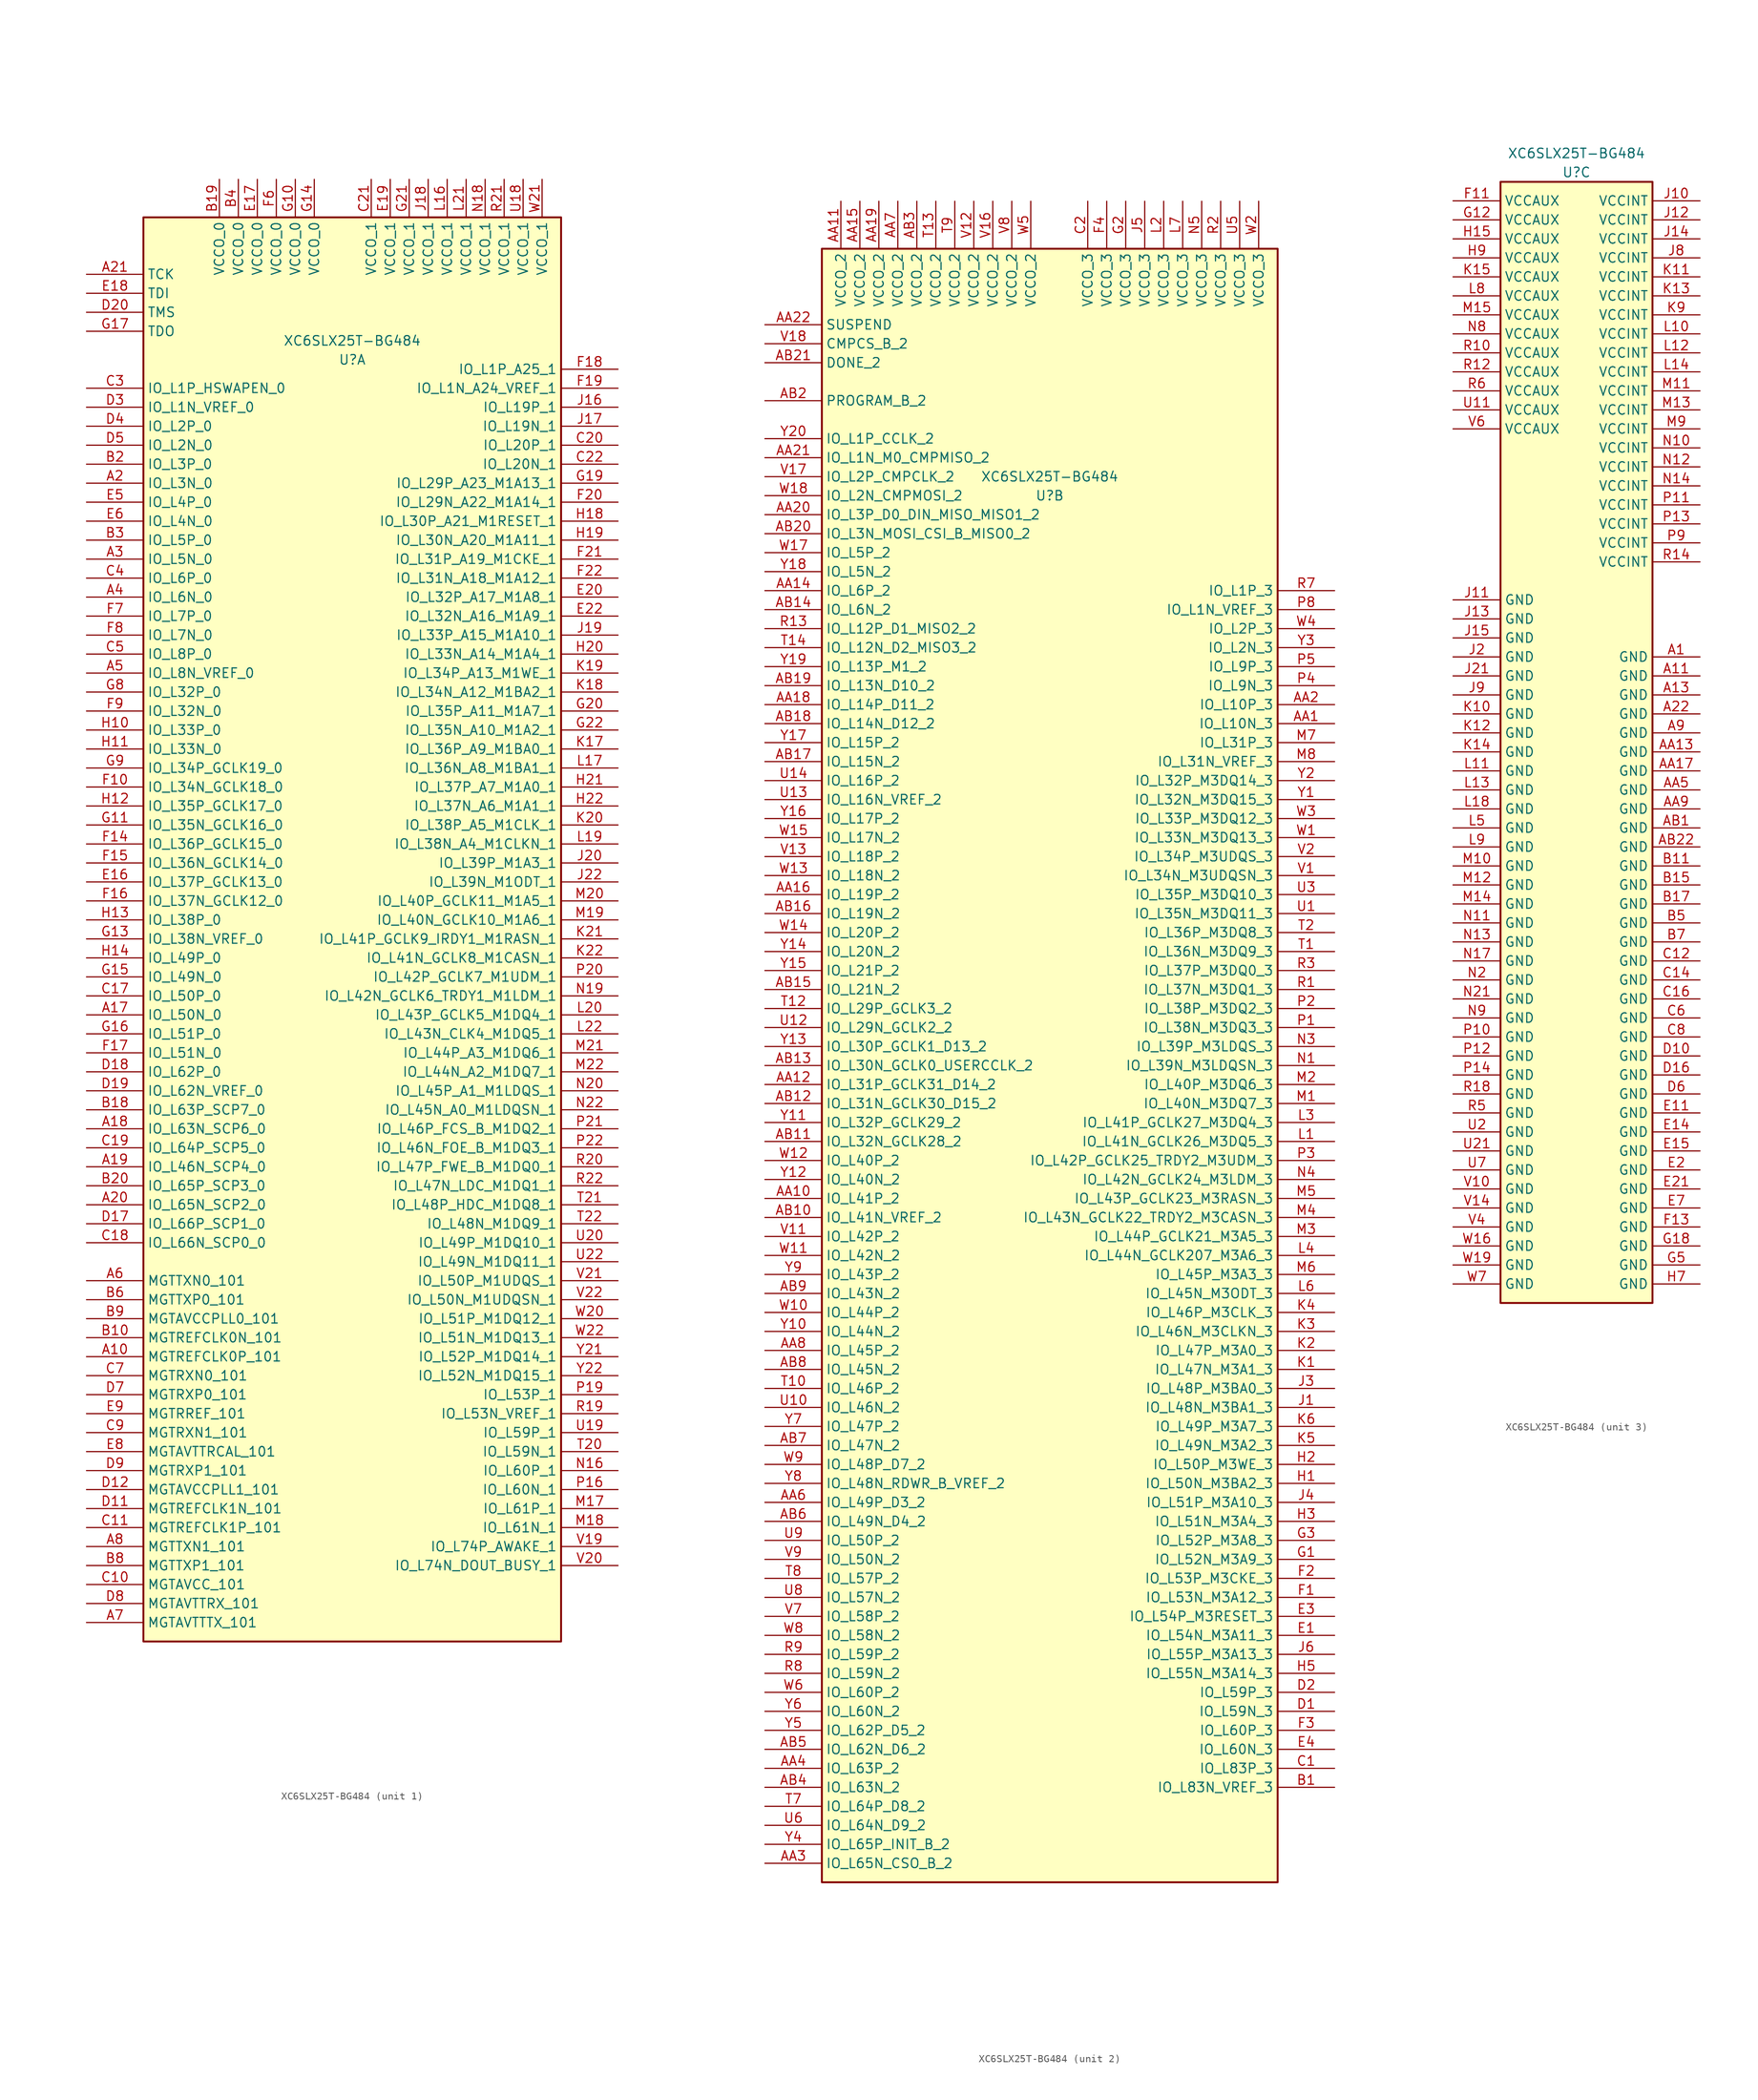
<source format=kicad_sym>
(kicad_symbol_lib
  (version 20231120)
  (generator "kicad_symbol_editor")
  (generator_version "8.0")
  (symbol "XC6SLX25T-BG484"
    (property "Reference" "U"
      (at 0 76.2 0)
      (effects (font (size 1.27 1.27))))
    (property "Value" "XC6SLX25T-BG484"
      (at 0 78.74 0)
      (effects (font (size 1.27 1.27))))
    (property "ki_locked" ""
      (at 0 0 0)
      (effects (font (size 1.27 1.27))))
    (symbol "XC6SLX25T-BG484_1_1"
      (rectangle (start -27.94 95.25) (end 27.94 -95.25) (stroke (width 0.254) (type default)) (fill (type background)))
      (pin input line (at -35.56 -57.15 0) (length 7.62) (name "MGTREFCLK0P_101" (effects (font (size 1.27 1.27)))) (number "A10" (effects (font (size 1.27 1.27)))))
      (pin bidirectional line (at -35.56 -11.43 0) (length 7.62) (name "IO_L50N_0" (effects (font (size 1.27 1.27)))) (number "A17" (effects (font (size 1.27 1.27)))))
      (pin bidirectional line (at -35.56 -26.67 0) (length 7.62) (name "IO_L63N_SCP6_0" (effects (font (size 1.27 1.27)))) (number "A18" (effects (font (size 1.27 1.27)))))
      (pin bidirectional line (at -35.56 -31.75 0) (length 7.62) (name "IO_L46N_SCP4_0" (effects (font (size 1.27 1.27)))) (number "A19" (effects (font (size 1.27 1.27)))))
      (pin bidirectional line (at -35.56 59.69 0) (length 7.62) (name "IO_L3N_0" (effects (font (size 1.27 1.27)))) (number "A2" (effects (font (size 1.27 1.27)))))
      (pin bidirectional line (at -35.56 -36.83 0) (length 7.62) (name "IO_L65N_SCP2_0" (effects (font (size 1.27 1.27)))) (number "A20" (effects (font (size 1.27 1.27)))))
      (pin input line (at -35.56 87.63 0) (length 7.62) (name "TCK" (effects (font (size 1.27 1.27)))) (number "A21" (effects (font (size 1.27 1.27)))))
      (pin bidirectional line (at -35.56 49.53 0) (length 7.62) (name "IO_L5N_0" (effects (font (size 1.27 1.27)))) (number "A3" (effects (font (size 1.27 1.27)))))
      (pin bidirectional line (at -35.56 44.45 0) (length 7.62) (name "IO_L6N_0" (effects (font (size 1.27 1.27)))) (number "A4" (effects (font (size 1.27 1.27)))))
      (pin bidirectional line (at -35.56 34.29 0) (length 7.62) (name "IO_L8N_VREF_0" (effects (font (size 1.27 1.27)))) (number "A5" (effects (font (size 1.27 1.27)))))
      (pin output line (at -35.56 -46.99 0) (length 7.62) (name "MGTTXN0_101" (effects (font (size 1.27 1.27)))) (number "A6" (effects (font (size 1.27 1.27)))))
      (pin passive line (at -35.56 -92.71 0) (length 7.62) (name "MGTAVTTTX_101" (effects (font (size 1.27 1.27)))) (number "A7" (effects (font (size 1.27 1.27)))))
      (pin output line (at -35.56 -82.55 0) (length 7.62) (name "MGTTXN1_101" (effects (font (size 1.27 1.27)))) (number "A8" (effects (font (size 1.27 1.27)))))
      (pin input line (at -35.56 -54.61 0) (length 7.62) (name "MGTREFCLK0N_101" (effects (font (size 1.27 1.27)))) (number "B10" (effects (font (size 1.27 1.27)))))
      (pin bidirectional line (at -35.56 -24.13 0) (length 7.62) (name "IO_L63P_SCP7_0" (effects (font (size 1.27 1.27)))) (number "B18" (effects (font (size 1.27 1.27)))))
      (pin power_in line (at -17.78 100.33 270) (length 5.08) (name "VCCO_0" (effects (font (size 1.27 1.27)))) (number "B19" (effects (font (size 1.27 1.27)))))
      (pin bidirectional line (at -35.56 62.23 0) (length 7.62) (name "IO_L3P_0" (effects (font (size 1.27 1.27)))) (number "B2" (effects (font (size 1.27 1.27)))))
      (pin bidirectional line (at -35.56 -34.29 0) (length 7.62) (name "IO_L65P_SCP3_0" (effects (font (size 1.27 1.27)))) (number "B20" (effects (font (size 1.27 1.27)))))
      (pin bidirectional line (at -35.56 52.07 0) (length 7.62) (name "IO_L5P_0" (effects (font (size 1.27 1.27)))) (number "B3" (effects (font (size 1.27 1.27)))))
      (pin power_in line (at -15.24 100.33 270) (length 5.08) (name "VCCO_0" (effects (font (size 1.27 1.27)))) (number "B4" (effects (font (size 1.27 1.27)))))
      (pin output line (at -35.56 -49.53 0) (length 7.62) (name "MGTTXP0_101" (effects (font (size 1.27 1.27)))) (number "B6" (effects (font (size 1.27 1.27)))))
      (pin output line (at -35.56 -85.09 0) (length 7.62) (name "MGTTXP1_101" (effects (font (size 1.27 1.27)))) (number "B8" (effects (font (size 1.27 1.27)))))
      (pin passive line (at -35.56 -52.07 0) (length 7.62) (name "MGTAVCCPLL0_101" (effects (font (size 1.27 1.27)))) (number "B9" (effects (font (size 1.27 1.27)))))
      (pin passive line (at -35.56 -87.63 0) (length 7.62) (name "MGTAVCC_101" (effects (font (size 1.27 1.27)))) (number "C10" (effects (font (size 1.27 1.27)))))
      (pin input line (at -35.56 -80.01 0) (length 7.62) (name "MGTREFCLK1P_101" (effects (font (size 1.27 1.27)))) (number "C11" (effects (font (size 1.27 1.27)))))
      (pin bidirectional line (at -35.56 -8.89 0) (length 7.62) (name "IO_L50P_0" (effects (font (size 1.27 1.27)))) (number "C17" (effects (font (size 1.27 1.27)))))
      (pin bidirectional line (at -35.56 -41.91 0) (length 7.62) (name "IO_L66N_SCP0_0" (effects (font (size 1.27 1.27)))) (number "C18" (effects (font (size 1.27 1.27)))))
      (pin bidirectional line (at -35.56 -29.21 0) (length 7.62) (name "IO_L64P_SCP5_0" (effects (font (size 1.27 1.27)))) (number "C19" (effects (font (size 1.27 1.27)))))
      (pin bidirectional line (at 35.56 64.77 180) (length 7.62) (name "IO_L20P_1" (effects (font (size 1.27 1.27)))) (number "C20" (effects (font (size 1.27 1.27)))))
      (pin power_in line (at 2.54 100.33 270) (length 5.08) (name "VCCO_1" (effects (font (size 1.27 1.27)))) (number "C21" (effects (font (size 1.27 1.27)))))
      (pin bidirectional line (at 35.56 62.23 180) (length 7.62) (name "IO_L20N_1" (effects (font (size 1.27 1.27)))) (number "C22" (effects (font (size 1.27 1.27)))))
      (pin bidirectional line (at -35.56 72.39 0) (length 7.62) (name "IO_L1P_HSWAPEN_0" (effects (font (size 1.27 1.27)))) (number "C3" (effects (font (size 1.27 1.27)))))
      (pin bidirectional line (at -35.56 46.99 0) (length 7.62) (name "IO_L6P_0" (effects (font (size 1.27 1.27)))) (number "C4" (effects (font (size 1.27 1.27)))))
      (pin bidirectional line (at -35.56 36.83 0) (length 7.62) (name "IO_L8P_0" (effects (font (size 1.27 1.27)))) (number "C5" (effects (font (size 1.27 1.27)))))
      (pin input line (at -35.56 -59.69 0) (length 7.62) (name "MGTRXN0_101" (effects (font (size 1.27 1.27)))) (number "C7" (effects (font (size 1.27 1.27)))))
      (pin input line (at -35.56 -67.31 0) (length 7.62) (name "MGTRXN1_101" (effects (font (size 1.27 1.27)))) (number "C9" (effects (font (size 1.27 1.27)))))
      (pin input line (at -35.56 -77.47 0) (length 7.62) (name "MGTREFCLK1N_101" (effects (font (size 1.27 1.27)))) (number "D11" (effects (font (size 1.27 1.27)))))
      (pin passive line (at -35.56 -74.93 0) (length 7.62) (name "MGTAVCCPLL1_101" (effects (font (size 1.27 1.27)))) (number "D12" (effects (font (size 1.27 1.27)))))
      (pin bidirectional line (at -35.56 -39.37 0) (length 7.62) (name "IO_L66P_SCP1_0" (effects (font (size 1.27 1.27)))) (number "D17" (effects (font (size 1.27 1.27)))))
      (pin bidirectional line (at -35.56 -19.05 0) (length 7.62) (name "IO_L62P_0" (effects (font (size 1.27 1.27)))) (number "D18" (effects (font (size 1.27 1.27)))))
      (pin bidirectional line (at -35.56 -21.59 0) (length 7.62) (name "IO_L62N_VREF_0" (effects (font (size 1.27 1.27)))) (number "D19" (effects (font (size 1.27 1.27)))))
      (pin input line (at -35.56 82.55 0) (length 7.62) (name "TMS" (effects (font (size 1.27 1.27)))) (number "D20" (effects (font (size 1.27 1.27)))))
      (pin bidirectional line (at -35.56 69.85 0) (length 7.62) (name "IO_L1N_VREF_0" (effects (font (size 1.27 1.27)))) (number "D3" (effects (font (size 1.27 1.27)))))
      (pin bidirectional line (at -35.56 67.31 0) (length 7.62) (name "IO_L2P_0" (effects (font (size 1.27 1.27)))) (number "D4" (effects (font (size 1.27 1.27)))))
      (pin bidirectional line (at -35.56 64.77 0) (length 7.62) (name "IO_L2N_0" (effects (font (size 1.27 1.27)))) (number "D5" (effects (font (size 1.27 1.27)))))
      (pin input line (at -35.56 -62.23 0) (length 7.62) (name "MGTRXP0_101" (effects (font (size 1.27 1.27)))) (number "D7" (effects (font (size 1.27 1.27)))))
      (pin passive line (at -35.56 -90.17 0) (length 7.62) (name "MGTAVTTRX_101" (effects (font (size 1.27 1.27)))) (number "D8" (effects (font (size 1.27 1.27)))))
      (pin input line (at -35.56 -72.39 0) (length 7.62) (name "MGTRXP1_101" (effects (font (size 1.27 1.27)))) (number "D9" (effects (font (size 1.27 1.27)))))
      (pin bidirectional line (at -35.56 6.35 0) (length 7.62) (name "IO_L37P_GCLK13_0" (effects (font (size 1.27 1.27)))) (number "E16" (effects (font (size 1.27 1.27)))))
      (pin power_in line (at -12.7 100.33 270) (length 5.08) (name "VCCO_0" (effects (font (size 1.27 1.27)))) (number "E17" (effects (font (size 1.27 1.27)))))
      (pin input line (at -35.56 85.09 0) (length 7.62) (name "TDI" (effects (font (size 1.27 1.27)))) (number "E18" (effects (font (size 1.27 1.27)))))
      (pin power_in line (at 5.08 100.33 270) (length 5.08) (name "VCCO_1" (effects (font (size 1.27 1.27)))) (number "E19" (effects (font (size 1.27 1.27)))))
      (pin bidirectional line (at 35.56 44.45 180) (length 7.62) (name "IO_L32P_A17_M1A8_1" (effects (font (size 1.27 1.27)))) (number "E20" (effects (font (size 1.27 1.27)))))
      (pin bidirectional line (at 35.56 41.91 180) (length 7.62) (name "IO_L32N_A16_M1A9_1" (effects (font (size 1.27 1.27)))) (number "E22" (effects (font (size 1.27 1.27)))))
      (pin bidirectional line (at -35.56 57.15 0) (length 7.62) (name "IO_L4P_0" (effects (font (size 1.27 1.27)))) (number "E5" (effects (font (size 1.27 1.27)))))
      (pin bidirectional line (at -35.56 54.61 0) (length 7.62) (name "IO_L4N_0" (effects (font (size 1.27 1.27)))) (number "E6" (effects (font (size 1.27 1.27)))))
      (pin passive line (at -35.56 -69.85 0) (length 7.62) (name "MGTAVTTRCAL_101" (effects (font (size 1.27 1.27)))) (number "E8" (effects (font (size 1.27 1.27)))))
      (pin input line (at -35.56 -64.77 0) (length 7.62) (name "MGTRREF_101" (effects (font (size 1.27 1.27)))) (number "E9" (effects (font (size 1.27 1.27)))))
      (pin bidirectional line (at -35.56 19.05 0) (length 7.62) (name "IO_L34N_GCLK18_0" (effects (font (size 1.27 1.27)))) (number "F10" (effects (font (size 1.27 1.27)))))
      (pin bidirectional line (at -35.56 11.43 0) (length 7.62) (name "IO_L36P_GCLK15_0" (effects (font (size 1.27 1.27)))) (number "F14" (effects (font (size 1.27 1.27)))))
      (pin bidirectional line (at -35.56 8.89 0) (length 7.62) (name "IO_L36N_GCLK14_0" (effects (font (size 1.27 1.27)))) (number "F15" (effects (font (size 1.27 1.27)))))
      (pin bidirectional line (at -35.56 3.81 0) (length 7.62) (name "IO_L37N_GCLK12_0" (effects (font (size 1.27 1.27)))) (number "F16" (effects (font (size 1.27 1.27)))))
      (pin bidirectional line (at -35.56 -16.51 0) (length 7.62) (name "IO_L51N_0" (effects (font (size 1.27 1.27)))) (number "F17" (effects (font (size 1.27 1.27)))))
      (pin bidirectional line (at 35.56 74.93 180) (length 7.62) (name "IO_L1P_A25_1" (effects (font (size 1.27 1.27)))) (number "F18" (effects (font (size 1.27 1.27)))))
      (pin bidirectional line (at 35.56 72.39 180) (length 7.62) (name "IO_L1N_A24_VREF_1" (effects (font (size 1.27 1.27)))) (number "F19" (effects (font (size 1.27 1.27)))))
      (pin bidirectional line (at 35.56 57.15 180) (length 7.62) (name "IO_L29N_A22_M1A14_1" (effects (font (size 1.27 1.27)))) (number "F20" (effects (font (size 1.27 1.27)))))
      (pin bidirectional line (at 35.56 49.53 180) (length 7.62) (name "IO_L31P_A19_M1CKE_1" (effects (font (size 1.27 1.27)))) (number "F21" (effects (font (size 1.27 1.27)))))
      (pin bidirectional line (at 35.56 46.99 180) (length 7.62) (name "IO_L31N_A18_M1A12_1" (effects (font (size 1.27 1.27)))) (number "F22" (effects (font (size 1.27 1.27)))))
      (pin power_in line (at -10.16 100.33 270) (length 5.08) (name "VCCO_0" (effects (font (size 1.27 1.27)))) (number "F6" (effects (font (size 1.27 1.27)))))
      (pin bidirectional line (at -35.56 41.91 0) (length 7.62) (name "IO_L7P_0" (effects (font (size 1.27 1.27)))) (number "F7" (effects (font (size 1.27 1.27)))))
      (pin bidirectional line (at -35.56 39.37 0) (length 7.62) (name "IO_L7N_0" (effects (font (size 1.27 1.27)))) (number "F8" (effects (font (size 1.27 1.27)))))
      (pin bidirectional line (at -35.56 29.21 0) (length 7.62) (name "IO_L32N_0" (effects (font (size 1.27 1.27)))) (number "F9" (effects (font (size 1.27 1.27)))))
      (pin power_in line (at -7.62 100.33 270) (length 5.08) (name "VCCO_0" (effects (font (size 1.27 1.27)))) (number "G10" (effects (font (size 1.27 1.27)))))
      (pin bidirectional line (at -35.56 13.97 0) (length 7.62) (name "IO_L35N_GCLK16_0" (effects (font (size 1.27 1.27)))) (number "G11" (effects (font (size 1.27 1.27)))))
      (pin bidirectional line (at -35.56 -1.27 0) (length 7.62) (name "IO_L38N_VREF_0" (effects (font (size 1.27 1.27)))) (number "G13" (effects (font (size 1.27 1.27)))))
      (pin power_in line (at -5.08 100.33 270) (length 5.08) (name "VCCO_0" (effects (font (size 1.27 1.27)))) (number "G14" (effects (font (size 1.27 1.27)))))
      (pin bidirectional line (at -35.56 -6.35 0) (length 7.62) (name "IO_L49N_0" (effects (font (size 1.27 1.27)))) (number "G15" (effects (font (size 1.27 1.27)))))
      (pin bidirectional line (at -35.56 -13.97 0) (length 7.62) (name "IO_L51P_0" (effects (font (size 1.27 1.27)))) (number "G16" (effects (font (size 1.27 1.27)))))
      (pin output line (at -35.56 80.01 0) (length 7.62) (name "TDO" (effects (font (size 1.27 1.27)))) (number "G17" (effects (font (size 1.27 1.27)))))
      (pin bidirectional line (at 35.56 59.69 180) (length 7.62) (name "IO_L29P_A23_M1A13_1" (effects (font (size 1.27 1.27)))) (number "G19" (effects (font (size 1.27 1.27)))))
      (pin bidirectional line (at 35.56 29.21 180) (length 7.62) (name "IO_L35P_A11_M1A7_1" (effects (font (size 1.27 1.27)))) (number "G20" (effects (font (size 1.27 1.27)))))
      (pin power_in line (at 7.62 100.33 270) (length 5.08) (name "VCCO_1" (effects (font (size 1.27 1.27)))) (number "G21" (effects (font (size 1.27 1.27)))))
      (pin bidirectional line (at 35.56 26.67 180) (length 7.62) (name "IO_L35N_A10_M1A2_1" (effects (font (size 1.27 1.27)))) (number "G22" (effects (font (size 1.27 1.27)))))
      (pin bidirectional line (at -35.56 31.75 0) (length 7.62) (name "IO_L32P_0" (effects (font (size 1.27 1.27)))) (number "G8" (effects (font (size 1.27 1.27)))))
      (pin bidirectional line (at -35.56 21.59 0) (length 7.62) (name "IO_L34P_GCLK19_0" (effects (font (size 1.27 1.27)))) (number "G9" (effects (font (size 1.27 1.27)))))
      (pin bidirectional line (at -35.56 26.67 0) (length 7.62) (name "IO_L33P_0" (effects (font (size 1.27 1.27)))) (number "H10" (effects (font (size 1.27 1.27)))))
      (pin bidirectional line (at -35.56 24.13 0) (length 7.62) (name "IO_L33N_0" (effects (font (size 1.27 1.27)))) (number "H11" (effects (font (size 1.27 1.27)))))
      (pin bidirectional line (at -35.56 16.51 0) (length 7.62) (name "IO_L35P_GCLK17_0" (effects (font (size 1.27 1.27)))) (number "H12" (effects (font (size 1.27 1.27)))))
      (pin bidirectional line (at -35.56 1.27 0) (length 7.62) (name "IO_L38P_0" (effects (font (size 1.27 1.27)))) (number "H13" (effects (font (size 1.27 1.27)))))
      (pin bidirectional line (at -35.56 -3.81 0) (length 7.62) (name "IO_L49P_0" (effects (font (size 1.27 1.27)))) (number "H14" (effects (font (size 1.27 1.27)))))
      (pin bidirectional line (at 35.56 54.61 180) (length 7.62) (name "IO_L30P_A21_M1RESET_1" (effects (font (size 1.27 1.27)))) (number "H18" (effects (font (size 1.27 1.27)))))
      (pin bidirectional line (at 35.56 52.07 180) (length 7.62) (name "IO_L30N_A20_M1A11_1" (effects (font (size 1.27 1.27)))) (number "H19" (effects (font (size 1.27 1.27)))))
      (pin bidirectional line (at 35.56 36.83 180) (length 7.62) (name "IO_L33N_A14_M1A4_1" (effects (font (size 1.27 1.27)))) (number "H20" (effects (font (size 1.27 1.27)))))
      (pin bidirectional line (at 35.56 19.05 180) (length 7.62) (name "IO_L37P_A7_M1A0_1" (effects (font (size 1.27 1.27)))) (number "H21" (effects (font (size 1.27 1.27)))))
      (pin bidirectional line (at 35.56 16.51 180) (length 7.62) (name "IO_L37N_A6_M1A1_1" (effects (font (size 1.27 1.27)))) (number "H22" (effects (font (size 1.27 1.27)))))
      (pin bidirectional line (at 35.56 69.85 180) (length 7.62) (name "IO_L19P_1" (effects (font (size 1.27 1.27)))) (number "J16" (effects (font (size 1.27 1.27)))))
      (pin bidirectional line (at 35.56 67.31 180) (length 7.62) (name "IO_L19N_1" (effects (font (size 1.27 1.27)))) (number "J17" (effects (font (size 1.27 1.27)))))
      (pin power_in line (at 10.16 100.33 270) (length 5.08) (name "VCCO_1" (effects (font (size 1.27 1.27)))) (number "J18" (effects (font (size 1.27 1.27)))))
      (pin bidirectional line (at 35.56 39.37 180) (length 7.62) (name "IO_L33P_A15_M1A10_1" (effects (font (size 1.27 1.27)))) (number "J19" (effects (font (size 1.27 1.27)))))
      (pin bidirectional line (at 35.56 8.89 180) (length 7.62) (name "IO_L39P_M1A3_1" (effects (font (size 1.27 1.27)))) (number "J20" (effects (font (size 1.27 1.27)))))
      (pin bidirectional line (at 35.56 6.35 180) (length 7.62) (name "IO_L39N_M1ODT_1" (effects (font (size 1.27 1.27)))) (number "J22" (effects (font (size 1.27 1.27)))))
      (pin input line (at 35.56 24.13 180) (length 7.62) (name "IO_L36P_A9_M1BA0_1" (effects (font (size 1.27 1.27)))) (number "K17" (effects (font (size 1.27 1.27)))))
      (pin bidirectional line (at 35.56 31.75 180) (length 7.62) (name "IO_L34N_A12_M1BA2_1" (effects (font (size 1.27 1.27)))) (number "K18" (effects (font (size 1.27 1.27)))))
      (pin bidirectional line (at 35.56 34.29 180) (length 7.62) (name "IO_L34P_A13_M1WE_1" (effects (font (size 1.27 1.27)))) (number "K19" (effects (font (size 1.27 1.27)))))
      (pin bidirectional line (at 35.56 13.97 180) (length 7.62) (name "IO_L38P_A5_M1CLK_1" (effects (font (size 1.27 1.27)))) (number "K20" (effects (font (size 1.27 1.27)))))
      (pin bidirectional line (at 35.56 -1.27 180) (length 7.62) (name "IO_L41P_GCLK9_IRDY1_M1RASN_1" (effects (font (size 1.27 1.27)))) (number "K21" (effects (font (size 1.27 1.27)))))
      (pin bidirectional line (at 35.56 -3.81 180) (length 7.62) (name "IO_L41N_GCLK8_M1CASN_1" (effects (font (size 1.27 1.27)))) (number "K22" (effects (font (size 1.27 1.27)))))
      (pin power_in line (at 12.7 100.33 270) (length 5.08) (name "VCCO_1" (effects (font (size 1.27 1.27)))) (number "L16" (effects (font (size 1.27 1.27)))))
      (pin bidirectional line (at 35.56 21.59 180) (length 7.62) (name "IO_L36N_A8_M1BA1_1" (effects (font (size 1.27 1.27)))) (number "L17" (effects (font (size 1.27 1.27)))))
      (pin bidirectional line (at 35.56 11.43 180) (length 7.62) (name "IO_L38N_A4_M1CLKN_1" (effects (font (size 1.27 1.27)))) (number "L19" (effects (font (size 1.27 1.27)))))
      (pin bidirectional line (at 35.56 -11.43 180) (length 7.62) (name "IO_L43P_GCLK5_M1DQ4_1" (effects (font (size 1.27 1.27)))) (number "L20" (effects (font (size 1.27 1.27)))))
      (pin power_in line (at 15.24 100.33 270) (length 5.08) (name "VCCO_1" (effects (font (size 1.27 1.27)))) (number "L21" (effects (font (size 1.27 1.27)))))
      (pin bidirectional line (at 35.56 -13.97 180) (length 7.62) (name "IO_L43N_CLK4_M1DQ5_1" (effects (font (size 1.27 1.27)))) (number "L22" (effects (font (size 1.27 1.27)))))
      (pin bidirectional line (at 35.56 -77.47 180) (length 7.62) (name "IO_L61P_1" (effects (font (size 1.27 1.27)))) (number "M17" (effects (font (size 1.27 1.27)))))
      (pin bidirectional line (at 35.56 -80.01 180) (length 7.62) (name "IO_L61N_1" (effects (font (size 1.27 1.27)))) (number "M18" (effects (font (size 1.27 1.27)))))
      (pin bidirectional line (at 35.56 1.27 180) (length 7.62) (name "IO_L40N_GCLK10_M1A6_1" (effects (font (size 1.27 1.27)))) (number "M19" (effects (font (size 1.27 1.27)))))
      (pin bidirectional line (at 35.56 3.81 180) (length 7.62) (name "IO_L40P_GCLK11_M1A5_1" (effects (font (size 1.27 1.27)))) (number "M20" (effects (font (size 1.27 1.27)))))
      (pin bidirectional line (at 35.56 -16.51 180) (length 7.62) (name "IO_L44P_A3_M1DQ6_1" (effects (font (size 1.27 1.27)))) (number "M21" (effects (font (size 1.27 1.27)))))
      (pin bidirectional line (at 35.56 -19.05 180) (length 7.62) (name "IO_L44N_A2_M1DQ7_1" (effects (font (size 1.27 1.27)))) (number "M22" (effects (font (size 1.27 1.27)))))
      (pin bidirectional line (at 35.56 -72.39 180) (length 7.62) (name "IO_L60P_1" (effects (font (size 1.27 1.27)))) (number "N16" (effects (font (size 1.27 1.27)))))
      (pin power_in line (at 17.78 100.33 270) (length 5.08) (name "VCCO_1" (effects (font (size 1.27 1.27)))) (number "N18" (effects (font (size 1.27 1.27)))))
      (pin bidirectional line (at 35.56 -8.89 180) (length 7.62) (name "IO_L42N_GCLK6_TRDY1_M1LDM_1" (effects (font (size 1.27 1.27)))) (number "N19" (effects (font (size 1.27 1.27)))))
      (pin bidirectional line (at 35.56 -21.59 180) (length 7.62) (name "IO_L45P_A1_M1LDQS_1" (effects (font (size 1.27 1.27)))) (number "N20" (effects (font (size 1.27 1.27)))))
      (pin bidirectional line (at 35.56 -24.13 180) (length 7.62) (name "IO_L45N_A0_M1LDQSN_1" (effects (font (size 1.27 1.27)))) (number "N22" (effects (font (size 1.27 1.27)))))
      (pin bidirectional line (at 35.56 -74.93 180) (length 7.62) (name "IO_L60N_1" (effects (font (size 1.27 1.27)))) (number "P16" (effects (font (size 1.27 1.27)))))
      (pin bidirectional line (at 35.56 -62.23 180) (length 7.62) (name "IO_L53P_1" (effects (font (size 1.27 1.27)))) (number "P19" (effects (font (size 1.27 1.27)))))
      (pin bidirectional line (at 35.56 -6.35 180) (length 7.62) (name "IO_L42P_GCLK7_M1UDM_1" (effects (font (size 1.27 1.27)))) (number "P20" (effects (font (size 1.27 1.27)))))
      (pin bidirectional line (at 35.56 -26.67 180) (length 7.62) (name "IO_L46P_FCS_B_M1DQ2_1" (effects (font (size 1.27 1.27)))) (number "P21" (effects (font (size 1.27 1.27)))))
      (pin bidirectional line (at 35.56 -29.21 180) (length 7.62) (name "IO_L46N_FOE_B_M1DQ3_1" (effects (font (size 1.27 1.27)))) (number "P22" (effects (font (size 1.27 1.27)))))
      (pin bidirectional line (at 35.56 -64.77 180) (length 7.62) (name "IO_L53N_VREF_1" (effects (font (size 1.27 1.27)))) (number "R19" (effects (font (size 1.27 1.27)))))
      (pin bidirectional line (at 35.56 -31.75 180) (length 7.62) (name "IO_L47P_FWE_B_M1DQ0_1" (effects (font (size 1.27 1.27)))) (number "R20" (effects (font (size 1.27 1.27)))))
      (pin power_in line (at 20.32 100.33 270) (length 5.08) (name "VCCO_1" (effects (font (size 1.27 1.27)))) (number "R21" (effects (font (size 1.27 1.27)))))
      (pin bidirectional line (at 35.56 -34.29 180) (length 7.62) (name "IO_L47N_LDC_M1DQ1_1" (effects (font (size 1.27 1.27)))) (number "R22" (effects (font (size 1.27 1.27)))))
      (pin bidirectional line (at 35.56 -69.85 180) (length 7.62) (name "IO_L59N_1" (effects (font (size 1.27 1.27)))) (number "T20" (effects (font (size 1.27 1.27)))))
      (pin bidirectional line (at 35.56 -36.83 180) (length 7.62) (name "IO_L48P_HDC_M1DQ8_1" (effects (font (size 1.27 1.27)))) (number "T21" (effects (font (size 1.27 1.27)))))
      (pin bidirectional line (at 35.56 -39.37 180) (length 7.62) (name "IO_L48N_M1DQ9_1" (effects (font (size 1.27 1.27)))) (number "T22" (effects (font (size 1.27 1.27)))))
      (pin power_in line (at 22.86 100.33 270) (length 5.08) (name "VCCO_1" (effects (font (size 1.27 1.27)))) (number "U18" (effects (font (size 1.27 1.27)))))
      (pin bidirectional line (at 35.56 -67.31 180) (length 7.62) (name "IO_L59P_1" (effects (font (size 1.27 1.27)))) (number "U19" (effects (font (size 1.27 1.27)))))
      (pin bidirectional line (at 35.56 -41.91 180) (length 7.62) (name "IO_L49P_M1DQ10_1" (effects (font (size 1.27 1.27)))) (number "U20" (effects (font (size 1.27 1.27)))))
      (pin bidirectional line (at 35.56 -44.45 180) (length 7.62) (name "IO_L49N_M1DQ11_1" (effects (font (size 1.27 1.27)))) (number "U22" (effects (font (size 1.27 1.27)))))
      (pin bidirectional line (at 35.56 -82.55 180) (length 7.62) (name "IO_L74P_AWAKE_1" (effects (font (size 1.27 1.27)))) (number "V19" (effects (font (size 1.27 1.27)))))
      (pin bidirectional line (at 35.56 -85.09 180) (length 7.62) (name "IO_L74N_DOUT_BUSY_1" (effects (font (size 1.27 1.27)))) (number "V20" (effects (font (size 1.27 1.27)))))
      (pin bidirectional line (at 35.56 -46.99 180) (length 7.62) (name "IO_L50P_M1UDQS_1" (effects (font (size 1.27 1.27)))) (number "V21" (effects (font (size 1.27 1.27)))))
      (pin bidirectional line (at 35.56 -49.53 180) (length 7.62) (name "IO_L50N_M1UDQSN_1" (effects (font (size 1.27 1.27)))) (number "V22" (effects (font (size 1.27 1.27)))))
      (pin bidirectional line (at 35.56 -52.07 180) (length 7.62) (name "IO_L51P_M1DQ12_1" (effects (font (size 1.27 1.27)))) (number "W20" (effects (font (size 1.27 1.27)))))
      (pin power_in line (at 25.4 100.33 270) (length 5.08) (name "VCCO_1" (effects (font (size 1.27 1.27)))) (number "W21" (effects (font (size 1.27 1.27)))))
      (pin bidirectional line (at 35.56 -54.61 180) (length 7.62) (name "IO_L51N_M1DQ13_1" (effects (font (size 1.27 1.27)))) (number "W22" (effects (font (size 1.27 1.27)))))
      (pin bidirectional line (at 35.56 -57.15 180) (length 7.62) (name "IO_L52P_M1DQ14_1" (effects (font (size 1.27 1.27)))) (number "Y21" (effects (font (size 1.27 1.27)))))
      (pin bidirectional line (at 35.56 -59.69 180) (length 7.62) (name "IO_L52N_M1DQ15_1" (effects (font (size 1.27 1.27)))) (number "Y22" (effects (font (size 1.27 1.27))))))
    (symbol "XC6SLX25T-BG484_2_1"
      (rectangle (start -30.48 109.22) (end 30.48 -109.22) (stroke (width 0.254) (type default)) (fill (type background)))
      (pin bidirectional line (at 38.1 45.72 180) (length 7.62) (name "IO_L10N_3" (effects (font (size 1.27 1.27)))) (number "AA1" (effects (font (size 1.27 1.27)))))
      (pin bidirectional line (at -38.1 -17.78 0) (length 7.62) (name "IO_L41P_2" (effects (font (size 1.27 1.27)))) (number "AA10" (effects (font (size 1.27 1.27)))))
      (pin power_in line (at -27.94 115.57 270) (length 6.35) (name "VCCO_2" (effects (font (size 1.27 1.27)))) (number "AA11" (effects (font (size 1.27 1.27)))))
      (pin bidirectional line (at -38.1 -2.54 0) (length 7.62) (name "IO_L31P_GCLK31_D14_2" (effects (font (size 1.27 1.27)))) (number "AA12" (effects (font (size 1.27 1.27)))))
      (pin bidirectional line (at -38.1 63.5 0) (length 7.62) (name "IO_L6P_2" (effects (font (size 1.27 1.27)))) (number "AA14" (effects (font (size 1.27 1.27)))))
      (pin power_in line (at -25.4 115.57 270) (length 6.35) (name "VCCO_2" (effects (font (size 1.27 1.27)))) (number "AA15" (effects (font (size 1.27 1.27)))))
      (pin bidirectional line (at -38.1 22.86 0) (length 7.62) (name "IO_L19P_2" (effects (font (size 1.27 1.27)))) (number "AA16" (effects (font (size 1.27 1.27)))))
      (pin bidirectional line (at -38.1 48.26 0) (length 7.62) (name "IO_L14P_D11_2" (effects (font (size 1.27 1.27)))) (number "AA18" (effects (font (size 1.27 1.27)))))
      (pin power_in line (at -22.86 115.57 270) (length 6.35) (name "VCCO_2" (effects (font (size 1.27 1.27)))) (number "AA19" (effects (font (size 1.27 1.27)))))
      (pin bidirectional line (at 38.1 48.26 180) (length 7.62) (name "IO_L10P_3" (effects (font (size 1.27 1.27)))) (number "AA2" (effects (font (size 1.27 1.27)))))
      (pin bidirectional line (at -38.1 73.66 0) (length 7.62) (name "IO_L3P_D0_DIN_MISO_MISO1_2" (effects (font (size 1.27 1.27)))) (number "AA20" (effects (font (size 1.27 1.27)))))
      (pin bidirectional line (at -38.1 81.28 0) (length 7.62) (name "IO_L1N_M0_CMPMISO_2" (effects (font (size 1.27 1.27)))) (number "AA21" (effects (font (size 1.27 1.27)))))
      (pin input line (at -38.1 99.06 0) (length 7.62) (name "SUSPEND" (effects (font (size 1.27 1.27)))) (number "AA22" (effects (font (size 1.27 1.27)))))
      (pin bidirectional line (at -38.1 -106.68 0) (length 7.62) (name "IO_L65N_CSO_B_2" (effects (font (size 1.27 1.27)))) (number "AA3" (effects (font (size 1.27 1.27)))))
      (pin bidirectional line (at -38.1 -93.98 0) (length 7.62) (name "IO_L63P_2" (effects (font (size 1.27 1.27)))) (number "AA4" (effects (font (size 1.27 1.27)))))
      (pin bidirectional line (at -38.1 -58.42 0) (length 7.62) (name "IO_L49P_D3_2" (effects (font (size 1.27 1.27)))) (number "AA6" (effects (font (size 1.27 1.27)))))
      (pin power_in line (at -20.32 115.57 270) (length 6.35) (name "VCCO_2" (effects (font (size 1.27 1.27)))) (number "AA7" (effects (font (size 1.27 1.27)))))
      (pin bidirectional line (at -38.1 -38.1 0) (length 7.62) (name "IO_L45P_2" (effects (font (size 1.27 1.27)))) (number "AA8" (effects (font (size 1.27 1.27)))))
      (pin bidirectional line (at -38.1 -20.32 0) (length 7.62) (name "IO_L41N_VREF_2" (effects (font (size 1.27 1.27)))) (number "AB10" (effects (font (size 1.27 1.27)))))
      (pin bidirectional line (at -38.1 -10.16 0) (length 7.62) (name "IO_L32N_GCLK28_2" (effects (font (size 1.27 1.27)))) (number "AB11" (effects (font (size 1.27 1.27)))))
      (pin bidirectional line (at -38.1 -5.08 0) (length 7.62) (name "IO_L31N_GCLK30_D15_2" (effects (font (size 1.27 1.27)))) (number "AB12" (effects (font (size 1.27 1.27)))))
      (pin bidirectional line (at -38.1 0 0) (length 7.62) (name "IO_L30N_GCLK0_USERCCLK_2" (effects (font (size 1.27 1.27)))) (number "AB13" (effects (font (size 1.27 1.27)))))
      (pin bidirectional line (at -38.1 60.96 0) (length 7.62) (name "IO_L6N_2" (effects (font (size 1.27 1.27)))) (number "AB14" (effects (font (size 1.27 1.27)))))
      (pin bidirectional line (at -38.1 10.16 0) (length 7.62) (name "IO_L21N_2" (effects (font (size 1.27 1.27)))) (number "AB15" (effects (font (size 1.27 1.27)))))
      (pin bidirectional line (at -38.1 20.32 0) (length 7.62) (name "IO_L19N_2" (effects (font (size 1.27 1.27)))) (number "AB16" (effects (font (size 1.27 1.27)))))
      (pin bidirectional line (at -38.1 40.64 0) (length 7.62) (name "IO_L15N_2" (effects (font (size 1.27 1.27)))) (number "AB17" (effects (font (size 1.27 1.27)))))
      (pin bidirectional line (at -38.1 45.72 0) (length 7.62) (name "IO_L14N_D12_2" (effects (font (size 1.27 1.27)))) (number "AB18" (effects (font (size 1.27 1.27)))))
      (pin bidirectional line (at -38.1 50.8 0) (length 7.62) (name "IO_L13N_D10_2" (effects (font (size 1.27 1.27)))) (number "AB19" (effects (font (size 1.27 1.27)))))
      (pin input line (at -38.1 88.9 0) (length 7.62) (name "PROGRAM_B_2" (effects (font (size 1.27 1.27)))) (number "AB2" (effects (font (size 1.27 1.27)))))
      (pin bidirectional line (at -38.1 71.12 0) (length 7.62) (name "IO_L3N_MOSI_CSI_B_MISO0_2" (effects (font (size 1.27 1.27)))) (number "AB20" (effects (font (size 1.27 1.27)))))
      (pin bidirectional line (at -38.1 93.98 0) (length 7.62) (name "DONE_2" (effects (font (size 1.27 1.27)))) (number "AB21" (effects (font (size 1.27 1.27)))))
      (pin power_in line (at -17.78 115.57 270) (length 6.35) (name "VCCO_2" (effects (font (size 1.27 1.27)))) (number "AB3" (effects (font (size 1.27 1.27)))))
      (pin bidirectional line (at -38.1 -96.52 0) (length 7.62) (name "IO_L63N_2" (effects (font (size 1.27 1.27)))) (number "AB4" (effects (font (size 1.27 1.27)))))
      (pin bidirectional line (at -38.1 -91.44 0) (length 7.62) (name "IO_L62N_D6_2" (effects (font (size 1.27 1.27)))) (number "AB5" (effects (font (size 1.27 1.27)))))
      (pin bidirectional line (at -38.1 -60.96 0) (length 7.62) (name "IO_L49N_D4_2" (effects (font (size 1.27 1.27)))) (number "AB6" (effects (font (size 1.27 1.27)))))
      (pin bidirectional line (at -38.1 -50.8 0) (length 7.62) (name "IO_L47N_2" (effects (font (size 1.27 1.27)))) (number "AB7" (effects (font (size 1.27 1.27)))))
      (pin bidirectional line (at -38.1 -40.64 0) (length 7.62) (name "IO_L45N_2" (effects (font (size 1.27 1.27)))) (number "AB8" (effects (font (size 1.27 1.27)))))
      (pin bidirectional line (at -38.1 -30.48 0) (length 7.62) (name "IO_L43N_2" (effects (font (size 1.27 1.27)))) (number "AB9" (effects (font (size 1.27 1.27)))))
      (pin bidirectional line (at 38.1 -96.52 180) (length 7.62) (name "IO_L83N_VREF_3" (effects (font (size 1.27 1.27)))) (number "B1" (effects (font (size 1.27 1.27)))))
      (pin bidirectional line (at 38.1 -93.98 180) (length 7.62) (name "IO_L83P_3" (effects (font (size 1.27 1.27)))) (number "C1" (effects (font (size 1.27 1.27)))))
      (pin power_in line (at 5.08 115.57 270) (length 6.35) (name "VCCO_3" (effects (font (size 1.27 1.27)))) (number "C2" (effects (font (size 1.27 1.27)))))
      (pin bidirectional line (at 38.1 -86.36 180) (length 7.62) (name "IO_L59N_3" (effects (font (size 1.27 1.27)))) (number "D1" (effects (font (size 1.27 1.27)))))
      (pin bidirectional line (at 38.1 -83.82 180) (length 7.62) (name "IO_L59P_3" (effects (font (size 1.27 1.27)))) (number "D2" (effects (font (size 1.27 1.27)))))
      (pin bidirectional line (at 38.1 -76.2 180) (length 7.62) (name "IO_L54N_M3A11_3" (effects (font (size 1.27 1.27)))) (number "E1" (effects (font (size 1.27 1.27)))))
      (pin bidirectional line (at 38.1 -73.66 180) (length 7.62) (name "IO_L54P_M3RESET_3" (effects (font (size 1.27 1.27)))) (number "E3" (effects (font (size 1.27 1.27)))))
      (pin bidirectional line (at 38.1 -91.44 180) (length 7.62) (name "IO_L60N_3" (effects (font (size 1.27 1.27)))) (number "E4" (effects (font (size 1.27 1.27)))))
      (pin bidirectional line (at 38.1 -71.12 180) (length 7.62) (name "IO_L53N_M3A12_3" (effects (font (size 1.27 1.27)))) (number "F1" (effects (font (size 1.27 1.27)))))
      (pin bidirectional line (at 38.1 -68.58 180) (length 7.62) (name "IO_L53P_M3CKE_3" (effects (font (size 1.27 1.27)))) (number "F2" (effects (font (size 1.27 1.27)))))
      (pin bidirectional line (at 38.1 -88.9 180) (length 7.62) (name "IO_L60P_3" (effects (font (size 1.27 1.27)))) (number "F3" (effects (font (size 1.27 1.27)))))
      (pin power_in line (at 7.62 115.57 270) (length 6.35) (name "VCCO_3" (effects (font (size 1.27 1.27)))) (number "F4" (effects (font (size 1.27 1.27)))))
      (pin bidirectional line (at 38.1 -66.04 180) (length 7.62) (name "IO_L52N_M3A9_3" (effects (font (size 1.27 1.27)))) (number "G1" (effects (font (size 1.27 1.27)))))
      (pin power_in line (at 10.16 115.57 270) (length 6.35) (name "VCCO_3" (effects (font (size 1.27 1.27)))) (number "G2" (effects (font (size 1.27 1.27)))))
      (pin bidirectional line (at 38.1 -63.5 180) (length 7.62) (name "IO_L52P_M3A8_3" (effects (font (size 1.27 1.27)))) (number "G3" (effects (font (size 1.27 1.27)))))
      (pin bidirectional line (at 38.1 -55.88 180) (length 7.62) (name "IO_L50N_M3BA2_3" (effects (font (size 1.27 1.27)))) (number "H1" (effects (font (size 1.27 1.27)))))
      (pin bidirectional line (at 38.1 -53.34 180) (length 7.62) (name "IO_L50P_M3WE_3" (effects (font (size 1.27 1.27)))) (number "H2" (effects (font (size 1.27 1.27)))))
      (pin bidirectional line (at 38.1 -60.96 180) (length 7.62) (name "IO_L51N_M3A4_3" (effects (font (size 1.27 1.27)))) (number "H3" (effects (font (size 1.27 1.27)))))
      (pin bidirectional line (at 38.1 -81.28 180) (length 7.62) (name "IO_L55N_M3A14_3" (effects (font (size 1.27 1.27)))) (number "H5" (effects (font (size 1.27 1.27)))))
      (pin bidirectional line (at 38.1 -45.72 180) (length 7.62) (name "IO_L48N_M3BA1_3" (effects (font (size 1.27 1.27)))) (number "J1" (effects (font (size 1.27 1.27)))))
      (pin bidirectional line (at 38.1 -43.18 180) (length 7.62) (name "IO_L48P_M3BA0_3" (effects (font (size 1.27 1.27)))) (number "J3" (effects (font (size 1.27 1.27)))))
      (pin bidirectional line (at 38.1 -58.42 180) (length 7.62) (name "IO_L51P_M3A10_3" (effects (font (size 1.27 1.27)))) (number "J4" (effects (font (size 1.27 1.27)))))
      (pin power_in line (at 12.7 115.57 270) (length 6.35) (name "VCCO_3" (effects (font (size 1.27 1.27)))) (number "J5" (effects (font (size 1.27 1.27)))))
      (pin bidirectional line (at 38.1 -78.74 180) (length 7.62) (name "IO_L55P_M3A13_3" (effects (font (size 1.27 1.27)))) (number "J6" (effects (font (size 1.27 1.27)))))
      (pin bidirectional line (at 38.1 -40.64 180) (length 7.62) (name "IO_L47N_M3A1_3" (effects (font (size 1.27 1.27)))) (number "K1" (effects (font (size 1.27 1.27)))))
      (pin bidirectional line (at 38.1 -38.1 180) (length 7.62) (name "IO_L47P_M3A0_3" (effects (font (size 1.27 1.27)))) (number "K2" (effects (font (size 1.27 1.27)))))
      (pin bidirectional line (at 38.1 -35.56 180) (length 7.62) (name "IO_L46N_M3CLKN_3" (effects (font (size 1.27 1.27)))) (number "K3" (effects (font (size 1.27 1.27)))))
      (pin bidirectional line (at 38.1 -33.02 180) (length 7.62) (name "IO_L46P_M3CLK_3" (effects (font (size 1.27 1.27)))) (number "K4" (effects (font (size 1.27 1.27)))))
      (pin bidirectional line (at 38.1 -50.8 180) (length 7.62) (name "IO_L49N_M3A2_3" (effects (font (size 1.27 1.27)))) (number "K5" (effects (font (size 1.27 1.27)))))
      (pin bidirectional line (at 38.1 -48.26 180) (length 7.62) (name "IO_L49P_M3A7_3" (effects (font (size 1.27 1.27)))) (number "K6" (effects (font (size 1.27 1.27)))))
      (pin bidirectional line (at 38.1 -10.16 180) (length 7.62) (name "IO_L41N_GCLK26_M3DQ5_3" (effects (font (size 1.27 1.27)))) (number "L1" (effects (font (size 1.27 1.27)))))
      (pin power_in line (at 15.24 115.57 270) (length 6.35) (name "VCCO_3" (effects (font (size 1.27 1.27)))) (number "L2" (effects (font (size 1.27 1.27)))))
      (pin bidirectional line (at 38.1 -7.62 180) (length 7.62) (name "IO_L41P_GCLK27_M3DQ4_3" (effects (font (size 1.27 1.27)))) (number "L3" (effects (font (size 1.27 1.27)))))
      (pin bidirectional line (at 38.1 -25.4 180) (length 7.62) (name "IO_L44N_GCLK207_M3A6_3" (effects (font (size 1.27 1.27)))) (number "L4" (effects (font (size 1.27 1.27)))))
      (pin bidirectional line (at 38.1 -30.48 180) (length 7.62) (name "IO_L45N_M3ODT_3" (effects (font (size 1.27 1.27)))) (number "L6" (effects (font (size 1.27 1.27)))))
      (pin power_in line (at 17.78 115.57 270) (length 6.35) (name "VCCO_3" (effects (font (size 1.27 1.27)))) (number "L7" (effects (font (size 1.27 1.27)))))
      (pin bidirectional line (at 38.1 -5.08 180) (length 7.62) (name "IO_L40N_M3DQ7_3" (effects (font (size 1.27 1.27)))) (number "M1" (effects (font (size 1.27 1.27)))))
      (pin bidirectional line (at 38.1 -2.54 180) (length 7.62) (name "IO_L40P_M3DQ6_3" (effects (font (size 1.27 1.27)))) (number "M2" (effects (font (size 1.27 1.27)))))
      (pin bidirectional line (at 38.1 -22.86 180) (length 7.62) (name "IO_L44P_GCLK21_M3A5_3" (effects (font (size 1.27 1.27)))) (number "M3" (effects (font (size 1.27 1.27)))))
      (pin bidirectional line (at 38.1 -20.32 180) (length 7.62) (name "IO_L43N_GCLK22_TRDY2_M3CASN_3" (effects (font (size 1.27 1.27)))) (number "M4" (effects (font (size 1.27 1.27)))))
      (pin bidirectional line (at 38.1 -17.78 180) (length 7.62) (name "IO_L43P_GCLK23_M3RASN_3" (effects (font (size 1.27 1.27)))) (number "M5" (effects (font (size 1.27 1.27)))))
      (pin bidirectional line (at 38.1 -27.94 180) (length 7.62) (name "IO_L45P_M3A3_3" (effects (font (size 1.27 1.27)))) (number "M6" (effects (font (size 1.27 1.27)))))
      (pin bidirectional line (at 38.1 43.18 180) (length 7.62) (name "IO_L31P_3" (effects (font (size 1.27 1.27)))) (number "M7" (effects (font (size 1.27 1.27)))))
      (pin bidirectional line (at 38.1 40.64 180) (length 7.62) (name "IO_L31N_VREF_3" (effects (font (size 1.27 1.27)))) (number "M8" (effects (font (size 1.27 1.27)))))
      (pin bidirectional line (at 38.1 0 180) (length 7.62) (name "IO_L39N_M3LDQSN_3" (effects (font (size 1.27 1.27)))) (number "N1" (effects (font (size 1.27 1.27)))))
      (pin bidirectional line (at 38.1 2.54 180) (length 7.62) (name "IO_L39P_M3LDQS_3" (effects (font (size 1.27 1.27)))) (number "N3" (effects (font (size 1.27 1.27)))))
      (pin bidirectional line (at 38.1 -15.24 180) (length 7.62) (name "IO_L42N_GCLK24_M3LDM_3" (effects (font (size 1.27 1.27)))) (number "N4" (effects (font (size 1.27 1.27)))))
      (pin power_in line (at 20.32 115.57 270) (length 6.35) (name "VCCO_3" (effects (font (size 1.27 1.27)))) (number "N5" (effects (font (size 1.27 1.27)))))
      (pin bidirectional line (at 38.1 5.08 180) (length 7.62) (name "IO_L38N_M3DQ3_3" (effects (font (size 1.27 1.27)))) (number "P1" (effects (font (size 1.27 1.27)))))
      (pin bidirectional line (at 38.1 7.62 180) (length 7.62) (name "IO_L38P_M3DQ2_3" (effects (font (size 1.27 1.27)))) (number "P2" (effects (font (size 1.27 1.27)))))
      (pin bidirectional line (at 38.1 -12.7 180) (length 7.62) (name "IO_L42P_GCLK25_TRDY2_M3UDM_3" (effects (font (size 1.27 1.27)))) (number "P3" (effects (font (size 1.27 1.27)))))
      (pin bidirectional line (at 38.1 50.8 180) (length 7.62) (name "IO_L9N_3" (effects (font (size 1.27 1.27)))) (number "P4" (effects (font (size 1.27 1.27)))))
      (pin bidirectional line (at 38.1 53.34 180) (length 7.62) (name "IO_L9P_3" (effects (font (size 1.27 1.27)))) (number "P5" (effects (font (size 1.27 1.27)))))
      (pin bidirectional line (at 38.1 60.96 180) (length 7.62) (name "IO_L1N_VREF_3" (effects (font (size 1.27 1.27)))) (number "P8" (effects (font (size 1.27 1.27)))))
      (pin bidirectional line (at 38.1 10.16 180) (length 7.62) (name "IO_L37N_M3DQ1_3" (effects (font (size 1.27 1.27)))) (number "R1" (effects (font (size 1.27 1.27)))))
      (pin bidirectional line (at -38.1 58.42 0) (length 7.62) (name "IO_L12P_D1_MISO2_2" (effects (font (size 1.27 1.27)))) (number "R13" (effects (font (size 1.27 1.27)))))
      (pin power_in line (at 22.86 115.57 270) (length 6.35) (name "VCCO_3" (effects (font (size 1.27 1.27)))) (number "R2" (effects (font (size 1.27 1.27)))))
      (pin bidirectional line (at 38.1 12.7 180) (length 7.62) (name "IO_L37P_M3DQ0_3" (effects (font (size 1.27 1.27)))) (number "R3" (effects (font (size 1.27 1.27)))))
      (pin bidirectional line (at 38.1 63.5 180) (length 7.62) (name "IO_L1P_3" (effects (font (size 1.27 1.27)))) (number "R7" (effects (font (size 1.27 1.27)))))
      (pin bidirectional line (at -38.1 -81.28 0) (length 7.62) (name "IO_L59N_2" (effects (font (size 1.27 1.27)))) (number "R8" (effects (font (size 1.27 1.27)))))
      (pin bidirectional line (at -38.1 -78.74 0) (length 7.62) (name "IO_L59P_2" (effects (font (size 1.27 1.27)))) (number "R9" (effects (font (size 1.27 1.27)))))
      (pin bidirectional line (at 38.1 15.24 180) (length 7.62) (name "IO_L36N_M3DQ9_3" (effects (font (size 1.27 1.27)))) (number "T1" (effects (font (size 1.27 1.27)))))
      (pin bidirectional line (at -38.1 -43.18 0) (length 7.62) (name "IO_L46P_2" (effects (font (size 1.27 1.27)))) (number "T10" (effects (font (size 1.27 1.27)))))
      (pin bidirectional line (at -38.1 7.62 0) (length 7.62) (name "IO_L29P_GCLK3_2" (effects (font (size 1.27 1.27)))) (number "T12" (effects (font (size 1.27 1.27)))))
      (pin power_in line (at -15.24 115.57 270) (length 6.35) (name "VCCO_2" (effects (font (size 1.27 1.27)))) (number "T13" (effects (font (size 1.27 1.27)))))
      (pin bidirectional line (at -38.1 55.88 0) (length 7.62) (name "IO_L12N_D2_MISO3_2" (effects (font (size 1.27 1.27)))) (number "T14" (effects (font (size 1.27 1.27)))))
      (pin bidirectional line (at 38.1 17.78 180) (length 7.62) (name "IO_L36P_M3DQ8_3" (effects (font (size 1.27 1.27)))) (number "T2" (effects (font (size 1.27 1.27)))))
      (pin bidirectional line (at -38.1 -99.06 0) (length 7.62) (name "IO_L64P_D8_2" (effects (font (size 1.27 1.27)))) (number "T7" (effects (font (size 1.27 1.27)))))
      (pin bidirectional line (at -38.1 -68.58 0) (length 7.62) (name "IO_L57P_2" (effects (font (size 1.27 1.27)))) (number "T8" (effects (font (size 1.27 1.27)))))
      (pin power_in line (at -12.7 115.57 270) (length 6.35) (name "VCCO_2" (effects (font (size 1.27 1.27)))) (number "T9" (effects (font (size 1.27 1.27)))))
      (pin bidirectional line (at 38.1 20.32 180) (length 7.62) (name "IO_L35N_M3DQ11_3" (effects (font (size 1.27 1.27)))) (number "U1" (effects (font (size 1.27 1.27)))))
      (pin bidirectional line (at -38.1 -45.72 0) (length 7.62) (name "IO_L46N_2" (effects (font (size 1.27 1.27)))) (number "U10" (effects (font (size 1.27 1.27)))))
      (pin bidirectional line (at -38.1 5.08 0) (length 7.62) (name "IO_L29N_GCLK2_2" (effects (font (size 1.27 1.27)))) (number "U12" (effects (font (size 1.27 1.27)))))
      (pin bidirectional line (at -38.1 35.56 0) (length 7.62) (name "IO_L16N_VREF_2" (effects (font (size 1.27 1.27)))) (number "U13" (effects (font (size 1.27 1.27)))))
      (pin bidirectional line (at -38.1 38.1 0) (length 7.62) (name "IO_L16P_2" (effects (font (size 1.27 1.27)))) (number "U14" (effects (font (size 1.27 1.27)))))
      (pin bidirectional line (at 38.1 22.86 180) (length 7.62) (name "IO_L35P_M3DQ10_3" (effects (font (size 1.27 1.27)))) (number "U3" (effects (font (size 1.27 1.27)))))
      (pin power_in line (at 25.4 115.57 270) (length 6.35) (name "VCCO_3" (effects (font (size 1.27 1.27)))) (number "U5" (effects (font (size 1.27 1.27)))))
      (pin bidirectional line (at -38.1 -101.6 0) (length 7.62) (name "IO_L64N_D9_2" (effects (font (size 1.27 1.27)))) (number "U6" (effects (font (size 1.27 1.27)))))
      (pin bidirectional line (at -38.1 -71.12 0) (length 7.62) (name "IO_L57N_2" (effects (font (size 1.27 1.27)))) (number "U8" (effects (font (size 1.27 1.27)))))
      (pin bidirectional line (at -38.1 -63.5 0) (length 7.62) (name "IO_L50P_2" (effects (font (size 1.27 1.27)))) (number "U9" (effects (font (size 1.27 1.27)))))
      (pin bidirectional line (at 38.1 25.4 180) (length 7.62) (name "IO_L34N_M3UDQSN_3" (effects (font (size 1.27 1.27)))) (number "V1" (effects (font (size 1.27 1.27)))))
      (pin bidirectional line (at -38.1 -22.86 0) (length 7.62) (name "IO_L42P_2" (effects (font (size 1.27 1.27)))) (number "V11" (effects (font (size 1.27 1.27)))))
      (pin power_in line (at -10.16 115.57 270) (length 6.35) (name "VCCO_2" (effects (font (size 1.27 1.27)))) (number "V12" (effects (font (size 1.27 1.27)))))
      (pin bidirectional line (at -38.1 27.94 0) (length 7.62) (name "IO_L18P_2" (effects (font (size 1.27 1.27)))) (number "V13" (effects (font (size 1.27 1.27)))))
      (pin power_in line (at -7.62 115.57 270) (length 6.35) (name "VCCO_2" (effects (font (size 1.27 1.27)))) (number "V16" (effects (font (size 1.27 1.27)))))
      (pin bidirectional line (at -38.1 78.74 0) (length 7.62) (name "IO_L2P_CMPCLK_2" (effects (font (size 1.27 1.27)))) (number "V17" (effects (font (size 1.27 1.27)))))
      (pin input line (at -38.1 96.52 0) (length 7.62) (name "CMPCS_B_2" (effects (font (size 1.27 1.27)))) (number "V18" (effects (font (size 1.27 1.27)))))
      (pin bidirectional line (at 38.1 27.94 180) (length 7.62) (name "IO_L34P_M3UDQS_3" (effects (font (size 1.27 1.27)))) (number "V2" (effects (font (size 1.27 1.27)))))
      (pin bidirectional line (at -38.1 -73.66 0) (length 7.62) (name "IO_L58P_2" (effects (font (size 1.27 1.27)))) (number "V7" (effects (font (size 1.27 1.27)))))
      (pin power_in line (at -5.08 115.57 270) (length 6.35) (name "VCCO_2" (effects (font (size 1.27 1.27)))) (number "V8" (effects (font (size 1.27 1.27)))))
      (pin bidirectional line (at -38.1 -66.04 0) (length 7.62) (name "IO_L50N_2" (effects (font (size 1.27 1.27)))) (number "V9" (effects (font (size 1.27 1.27)))))
      (pin bidirectional line (at 38.1 30.48 180) (length 7.62) (name "IO_L33N_M3DQ13_3" (effects (font (size 1.27 1.27)))) (number "W1" (effects (font (size 1.27 1.27)))))
      (pin bidirectional line (at -38.1 -33.02 0) (length 7.62) (name "IO_L44P_2" (effects (font (size 1.27 1.27)))) (number "W10" (effects (font (size 1.27 1.27)))))
      (pin bidirectional line (at -38.1 -25.4 0) (length 7.62) (name "IO_L42N_2" (effects (font (size 1.27 1.27)))) (number "W11" (effects (font (size 1.27 1.27)))))
      (pin bidirectional line (at -38.1 -12.7 0) (length 7.62) (name "IO_L40P_2" (effects (font (size 1.27 1.27)))) (number "W12" (effects (font (size 1.27 1.27)))))
      (pin bidirectional line (at -38.1 25.4 0) (length 7.62) (name "IO_L18N_2" (effects (font (size 1.27 1.27)))) (number "W13" (effects (font (size 1.27 1.27)))))
      (pin bidirectional line (at -38.1 17.78 0) (length 7.62) (name "IO_L20P_2" (effects (font (size 1.27 1.27)))) (number "W14" (effects (font (size 1.27 1.27)))))
      (pin bidirectional line (at -38.1 30.48 0) (length 7.62) (name "IO_L17N_2" (effects (font (size 1.27 1.27)))) (number "W15" (effects (font (size 1.27 1.27)))))
      (pin bidirectional line (at -38.1 68.58 0) (length 7.62) (name "IO_L5P_2" (effects (font (size 1.27 1.27)))) (number "W17" (effects (font (size 1.27 1.27)))))
      (pin bidirectional line (at -38.1 76.2 0) (length 7.62) (name "IO_L2N_CMPMOSI_2" (effects (font (size 1.27 1.27)))) (number "W18" (effects (font (size 1.27 1.27)))))
      (pin power_in line (at 27.94 115.57 270) (length 6.35) (name "VCCO_3" (effects (font (size 1.27 1.27)))) (number "W2" (effects (font (size 1.27 1.27)))))
      (pin bidirectional line (at 38.1 33.02 180) (length 7.62) (name "IO_L33P_M3DQ12_3" (effects (font (size 1.27 1.27)))) (number "W3" (effects (font (size 1.27 1.27)))))
      (pin bidirectional line (at 38.1 58.42 180) (length 7.62) (name "IO_L2P_3" (effects (font (size 1.27 1.27)))) (number "W4" (effects (font (size 1.27 1.27)))))
      (pin power_in line (at -2.54 115.57 270) (length 6.35) (name "VCCO_2" (effects (font (size 1.27 1.27)))) (number "W5" (effects (font (size 1.27 1.27)))))
      (pin bidirectional line (at -38.1 -83.82 0) (length 7.62) (name "IO_L60P_2" (effects (font (size 1.27 1.27)))) (number "W6" (effects (font (size 1.27 1.27)))))
      (pin bidirectional line (at -38.1 -76.2 0) (length 7.62) (name "IO_L58N_2" (effects (font (size 1.27 1.27)))) (number "W8" (effects (font (size 1.27 1.27)))))
      (pin bidirectional line (at -38.1 -53.34 0) (length 7.62) (name "IO_L48P_D7_2" (effects (font (size 1.27 1.27)))) (number "W9" (effects (font (size 1.27 1.27)))))
      (pin bidirectional line (at 38.1 35.56 180) (length 7.62) (name "IO_L32N_M3DQ15_3" (effects (font (size 1.27 1.27)))) (number "Y1" (effects (font (size 1.27 1.27)))))
      (pin bidirectional line (at -38.1 -35.56 0) (length 7.62) (name "IO_L44N_2" (effects (font (size 1.27 1.27)))) (number "Y10" (effects (font (size 1.27 1.27)))))
      (pin bidirectional line (at -38.1 -7.62 0) (length 7.62) (name "IO_L32P_GCLK29_2" (effects (font (size 1.27 1.27)))) (number "Y11" (effects (font (size 1.27 1.27)))))
      (pin bidirectional line (at -38.1 -15.24 0) (length 7.62) (name "IO_L40N_2" (effects (font (size 1.27 1.27)))) (number "Y12" (effects (font (size 1.27 1.27)))))
      (pin bidirectional line (at -38.1 2.54 0) (length 7.62) (name "IO_L30P_GCLK1_D13_2" (effects (font (size 1.27 1.27)))) (number "Y13" (effects (font (size 1.27 1.27)))))
      (pin bidirectional line (at -38.1 15.24 0) (length 7.62) (name "IO_L20N_2" (effects (font (size 1.27 1.27)))) (number "Y14" (effects (font (size 1.27 1.27)))))
      (pin bidirectional line (at -38.1 12.7 0) (length 7.62) (name "IO_L21P_2" (effects (font (size 1.27 1.27)))) (number "Y15" (effects (font (size 1.27 1.27)))))
      (pin bidirectional line (at -38.1 33.02 0) (length 7.62) (name "IO_L17P_2" (effects (font (size 1.27 1.27)))) (number "Y16" (effects (font (size 1.27 1.27)))))
      (pin bidirectional line (at -38.1 43.18 0) (length 7.62) (name "IO_L15P_2" (effects (font (size 1.27 1.27)))) (number "Y17" (effects (font (size 1.27 1.27)))))
      (pin bidirectional line (at -38.1 66.04 0) (length 7.62) (name "IO_L5N_2" (effects (font (size 1.27 1.27)))) (number "Y18" (effects (font (size 1.27 1.27)))))
      (pin bidirectional line (at -38.1 53.34 0) (length 7.62) (name "IO_L13P_M1_2" (effects (font (size 1.27 1.27)))) (number "Y19" (effects (font (size 1.27 1.27)))))
      (pin bidirectional line (at 38.1 38.1 180) (length 7.62) (name "IO_L32P_M3DQ14_3" (effects (font (size 1.27 1.27)))) (number "Y2" (effects (font (size 1.27 1.27)))))
      (pin bidirectional line (at -38.1 83.82 0) (length 7.62) (name "IO_L1P_CCLK_2" (effects (font (size 1.27 1.27)))) (number "Y20" (effects (font (size 1.27 1.27)))))
      (pin bidirectional line (at 38.1 55.88 180) (length 7.62) (name "IO_L2N_3" (effects (font (size 1.27 1.27)))) (number "Y3" (effects (font (size 1.27 1.27)))))
      (pin bidirectional line (at -38.1 -104.14 0) (length 7.62) (name "IO_L65P_INIT_B_2" (effects (font (size 1.27 1.27)))) (number "Y4" (effects (font (size 1.27 1.27)))))
      (pin bidirectional line (at -38.1 -88.9 0) (length 7.62) (name "IO_L62P_D5_2" (effects (font (size 1.27 1.27)))) (number "Y5" (effects (font (size 1.27 1.27)))))
      (pin bidirectional line (at -38.1 -86.36 0) (length 7.62) (name "IO_L60N_2" (effects (font (size 1.27 1.27)))) (number "Y6" (effects (font (size 1.27 1.27)))))
      (pin bidirectional line (at -38.1 -48.26 0) (length 7.62) (name "IO_L47P_2" (effects (font (size 1.27 1.27)))) (number "Y7" (effects (font (size 1.27 1.27)))))
      (pin bidirectional line (at -38.1 -55.88 0) (length 7.62) (name "IO_L48N_RDWR_B_VREF_2" (effects (font (size 1.27 1.27)))) (number "Y8" (effects (font (size 1.27 1.27)))))
      (pin bidirectional line (at -38.1 -27.94 0) (length 7.62) (name "IO_L43P_2" (effects (font (size 1.27 1.27)))) (number "Y9" (effects (font (size 1.27 1.27))))))
    (symbol "XC6SLX25T-BG484_3_1"
      (rectangle (start -10.16 74.93) (end 10.16 -74.93) (stroke (width 0.254) (type default)) (fill (type background)))
      (pin power_in line (at 16.51 11.43 180) (length 6.35) (name "GND" (effects (font (size 1.27 1.27)))) (number "A1" (effects (font (size 1.27 1.27)))))
      (pin power_in line (at 16.51 8.89 180) (length 6.35) (name "GND" (effects (font (size 1.27 1.27)))) (number "A11" (effects (font (size 1.27 1.27)))))
      (pin power_in line (at 16.51 6.35 180) (length 6.35) (name "GND" (effects (font (size 1.27 1.27)))) (number "A13" (effects (font (size 1.27 1.27)))))
      (pin power_in line (at 16.51 3.81 180) (length 6.35) (name "GND" (effects (font (size 1.27 1.27)))) (number "A22" (effects (font (size 1.27 1.27)))))
      (pin power_in line (at 16.51 1.27 180) (length 6.35) (name "GND" (effects (font (size 1.27 1.27)))) (number "A9" (effects (font (size 1.27 1.27)))))
      (pin power_in line (at 16.51 -1.27 180) (length 6.35) (name "GND" (effects (font (size 1.27 1.27)))) (number "AA13" (effects (font (size 1.27 1.27)))))
      (pin power_in line (at 16.51 -3.81 180) (length 6.35) (name "GND" (effects (font (size 1.27 1.27)))) (number "AA17" (effects (font (size 1.27 1.27)))))
      (pin power_in line (at 16.51 -6.35 180) (length 6.35) (name "GND" (effects (font (size 1.27 1.27)))) (number "AA5" (effects (font (size 1.27 1.27)))))
      (pin power_in line (at 16.51 -8.89 180) (length 6.35) (name "GND" (effects (font (size 1.27 1.27)))) (number "AA9" (effects (font (size 1.27 1.27)))))
      (pin power_in line (at 16.51 -11.43 180) (length 6.35) (name "GND" (effects (font (size 1.27 1.27)))) (number "AB1" (effects (font (size 1.27 1.27)))))
      (pin power_in line (at 16.51 -13.97 180) (length 6.35) (name "GND" (effects (font (size 1.27 1.27)))) (number "AB22" (effects (font (size 1.27 1.27)))))
      (pin power_in line (at 16.51 -16.51 180) (length 6.35) (name "GND" (effects (font (size 1.27 1.27)))) (number "B11" (effects (font (size 1.27 1.27)))))
      (pin power_in line (at 16.51 -19.05 180) (length 6.35) (name "GND" (effects (font (size 1.27 1.27)))) (number "B15" (effects (font (size 1.27 1.27)))))
      (pin power_in line (at 16.51 -21.59 180) (length 6.35) (name "GND" (effects (font (size 1.27 1.27)))) (number "B17" (effects (font (size 1.27 1.27)))))
      (pin power_in line (at 16.51 -24.13 180) (length 6.35) (name "GND" (effects (font (size 1.27 1.27)))) (number "B5" (effects (font (size 1.27 1.27)))))
      (pin power_in line (at 16.51 -26.67 180) (length 6.35) (name "GND" (effects (font (size 1.27 1.27)))) (number "B7" (effects (font (size 1.27 1.27)))))
      (pin power_in line (at 16.51 -29.21 180) (length 6.35) (name "GND" (effects (font (size 1.27 1.27)))) (number "C12" (effects (font (size 1.27 1.27)))))
      (pin power_in line (at 16.51 -31.75 180) (length 6.35) (name "GND" (effects (font (size 1.27 1.27)))) (number "C14" (effects (font (size 1.27 1.27)))))
      (pin power_in line (at 16.51 -34.29 180) (length 6.35) (name "GND" (effects (font (size 1.27 1.27)))) (number "C16" (effects (font (size 1.27 1.27)))))
      (pin power_in line (at 16.51 -36.83 180) (length 6.35) (name "GND" (effects (font (size 1.27 1.27)))) (number "C6" (effects (font (size 1.27 1.27)))))
      (pin power_in line (at 16.51 -39.37 180) (length 6.35) (name "GND" (effects (font (size 1.27 1.27)))) (number "C8" (effects (font (size 1.27 1.27)))))
      (pin power_in line (at 16.51 -41.91 180) (length 6.35) (name "GND" (effects (font (size 1.27 1.27)))) (number "D10" (effects (font (size 1.27 1.27)))))
      (pin power_in line (at 16.51 -44.45 180) (length 6.35) (name "GND" (effects (font (size 1.27 1.27)))) (number "D16" (effects (font (size 1.27 1.27)))))
      (pin power_in line (at 16.51 -46.99 180) (length 6.35) (name "GND" (effects (font (size 1.27 1.27)))) (number "D6" (effects (font (size 1.27 1.27)))))
      (pin power_in line (at 16.51 -49.53 180) (length 6.35) (name "GND" (effects (font (size 1.27 1.27)))) (number "E11" (effects (font (size 1.27 1.27)))))
      (pin power_in line (at 16.51 -52.07 180) (length 6.35) (name "GND" (effects (font (size 1.27 1.27)))) (number "E14" (effects (font (size 1.27 1.27)))))
      (pin power_in line (at 16.51 -54.61 180) (length 6.35) (name "GND" (effects (font (size 1.27 1.27)))) (number "E15" (effects (font (size 1.27 1.27)))))
      (pin power_in line (at 16.51 -57.15 180) (length 6.35) (name "GND" (effects (font (size 1.27 1.27)))) (number "E2" (effects (font (size 1.27 1.27)))))
      (pin power_in line (at 16.51 -59.69 180) (length 6.35) (name "GND" (effects (font (size 1.27 1.27)))) (number "E21" (effects (font (size 1.27 1.27)))))
      (pin power_in line (at 16.51 -62.23 180) (length 6.35) (name "GND" (effects (font (size 1.27 1.27)))) (number "E7" (effects (font (size 1.27 1.27)))))
      (pin power_in line (at -16.51 72.39 0) (length 6.35) (name "VCCAUX" (effects (font (size 1.27 1.27)))) (number "F11" (effects (font (size 1.27 1.27)))))
      (pin power_in line (at 16.51 -64.77 180) (length 6.35) (name "GND" (effects (font (size 1.27 1.27)))) (number "F13" (effects (font (size 1.27 1.27)))))
      (pin power_in line (at -16.51 69.85 0) (length 6.35) (name "VCCAUX" (effects (font (size 1.27 1.27)))) (number "G12" (effects (font (size 1.27 1.27)))))
      (pin power_in line (at 16.51 -67.31 180) (length 6.35) (name "GND" (effects (font (size 1.27 1.27)))) (number "G18" (effects (font (size 1.27 1.27)))))
      (pin power_in line (at 16.51 -69.85 180) (length 6.35) (name "GND" (effects (font (size 1.27 1.27)))) (number "G5" (effects (font (size 1.27 1.27)))))
      (pin power_in line (at -16.51 67.31 0) (length 6.35) (name "VCCAUX" (effects (font (size 1.27 1.27)))) (number "H15" (effects (font (size 1.27 1.27)))))
      (pin power_in line (at 16.51 -72.39 180) (length 6.35) (name "GND" (effects (font (size 1.27 1.27)))) (number "H7" (effects (font (size 1.27 1.27)))))
      (pin power_in line (at -16.51 64.77 0) (length 6.35) (name "VCCAUX" (effects (font (size 1.27 1.27)))) (number "H9" (effects (font (size 1.27 1.27)))))
      (pin power_in line (at 16.51 72.39 180) (length 6.35) (name "VCCINT" (effects (font (size 1.27 1.27)))) (number "J10" (effects (font (size 1.27 1.27)))))
      (pin power_in line (at -16.51 19.05 0) (length 6.35) (name "GND" (effects (font (size 1.27 1.27)))) (number "J11" (effects (font (size 1.27 1.27)))))
      (pin power_in line (at 16.51 69.85 180) (length 6.35) (name "VCCINT" (effects (font (size 1.27 1.27)))) (number "J12" (effects (font (size 1.27 1.27)))))
      (pin power_in line (at -16.51 16.51 0) (length 6.35) (name "GND" (effects (font (size 1.27 1.27)))) (number "J13" (effects (font (size 1.27 1.27)))))
      (pin power_in line (at 16.51 67.31 180) (length 6.35) (name "VCCINT" (effects (font (size 1.27 1.27)))) (number "J14" (effects (font (size 1.27 1.27)))))
      (pin power_in line (at -16.51 13.97 0) (length 6.35) (name "GND" (effects (font (size 1.27 1.27)))) (number "J15" (effects (font (size 1.27 1.27)))))
      (pin power_in line (at -16.51 11.43 0) (length 6.35) (name "GND" (effects (font (size 1.27 1.27)))) (number "J2" (effects (font (size 1.27 1.27)))))
      (pin power_in line (at -16.51 8.89 0) (length 6.35) (name "GND" (effects (font (size 1.27 1.27)))) (number "J21" (effects (font (size 1.27 1.27)))))
      (pin power_in line (at 16.51 64.77 180) (length 6.35) (name "VCCINT" (effects (font (size 1.27 1.27)))) (number "J8" (effects (font (size 1.27 1.27)))))
      (pin power_in line (at -16.51 6.35 0) (length 6.35) (name "GND" (effects (font (size 1.27 1.27)))) (number "J9" (effects (font (size 1.27 1.27)))))
      (pin power_in line (at -16.51 3.81 0) (length 6.35) (name "GND" (effects (font (size 1.27 1.27)))) (number "K10" (effects (font (size 1.27 1.27)))))
      (pin power_in line (at 16.51 62.23 180) (length 6.35) (name "VCCINT" (effects (font (size 1.27 1.27)))) (number "K11" (effects (font (size 1.27 1.27)))))
      (pin power_in line (at -16.51 1.27 0) (length 6.35) (name "GND" (effects (font (size 1.27 1.27)))) (number "K12" (effects (font (size 1.27 1.27)))))
      (pin power_in line (at 16.51 59.69 180) (length 6.35) (name "VCCINT" (effects (font (size 1.27 1.27)))) (number "K13" (effects (font (size 1.27 1.27)))))
      (pin power_in line (at -16.51 -1.27 0) (length 6.35) (name "GND" (effects (font (size 1.27 1.27)))) (number "K14" (effects (font (size 1.27 1.27)))))
      (pin power_in line (at -16.51 62.23 0) (length 6.35) (name "VCCAUX" (effects (font (size 1.27 1.27)))) (number "K15" (effects (font (size 1.27 1.27)))))
      (pin power_in line (at 16.51 57.15 180) (length 6.35) (name "VCCINT" (effects (font (size 1.27 1.27)))) (number "K9" (effects (font (size 1.27 1.27)))))
      (pin power_in line (at 16.51 54.61 180) (length 6.35) (name "VCCINT" (effects (font (size 1.27 1.27)))) (number "L10" (effects (font (size 1.27 1.27)))))
      (pin power_in line (at -16.51 -3.81 0) (length 6.35) (name "GND" (effects (font (size 1.27 1.27)))) (number "L11" (effects (font (size 1.27 1.27)))))
      (pin power_in line (at 16.51 52.07 180) (length 6.35) (name "VCCINT" (effects (font (size 1.27 1.27)))) (number "L12" (effects (font (size 1.27 1.27)))))
      (pin power_in line (at -16.51 -6.35 0) (length 6.35) (name "GND" (effects (font (size 1.27 1.27)))) (number "L13" (effects (font (size 1.27 1.27)))))
      (pin power_in line (at 16.51 49.53 180) (length 6.35) (name "VCCINT" (effects (font (size 1.27 1.27)))) (number "L14" (effects (font (size 1.27 1.27)))))
      (pin power_in line (at -16.51 -8.89 0) (length 6.35) (name "GND" (effects (font (size 1.27 1.27)))) (number "L18" (effects (font (size 1.27 1.27)))))
      (pin power_in line (at -16.51 -11.43 0) (length 6.35) (name "GND" (effects (font (size 1.27 1.27)))) (number "L5" (effects (font (size 1.27 1.27)))))
      (pin power_in line (at -16.51 59.69 0) (length 6.35) (name "VCCAUX" (effects (font (size 1.27 1.27)))) (number "L8" (effects (font (size 1.27 1.27)))))
      (pin power_in line (at -16.51 -13.97 0) (length 6.35) (name "GND" (effects (font (size 1.27 1.27)))) (number "L9" (effects (font (size 1.27 1.27)))))
      (pin power_in line (at -16.51 -16.51 0) (length 6.35) (name "GND" (effects (font (size 1.27 1.27)))) (number "M10" (effects (font (size 1.27 1.27)))))
      (pin power_in line (at 16.51 46.99 180) (length 6.35) (name "VCCINT" (effects (font (size 1.27 1.27)))) (number "M11" (effects (font (size 1.27 1.27)))))
      (pin power_in line (at -16.51 -19.05 0) (length 6.35) (name "GND" (effects (font (size 1.27 1.27)))) (number "M12" (effects (font (size 1.27 1.27)))))
      (pin power_in line (at 16.51 44.45 180) (length 6.35) (name "VCCINT" (effects (font (size 1.27 1.27)))) (number "M13" (effects (font (size 1.27 1.27)))))
      (pin power_in line (at -16.51 -21.59 0) (length 6.35) (name "GND" (effects (font (size 1.27 1.27)))) (number "M14" (effects (font (size 1.27 1.27)))))
      (pin power_in line (at -16.51 57.15 0) (length 6.35) (name "VCCAUX" (effects (font (size 1.27 1.27)))) (number "M15" (effects (font (size 1.27 1.27)))))
      (pin power_in line (at 16.51 41.91 180) (length 6.35) (name "VCCINT" (effects (font (size 1.27 1.27)))) (number "M9" (effects (font (size 1.27 1.27)))))
      (pin power_in line (at 16.51 39.37 180) (length 6.35) (name "VCCINT" (effects (font (size 1.27 1.27)))) (number "N10" (effects (font (size 1.27 1.27)))))
      (pin power_in line (at -16.51 -24.13 0) (length 6.35) (name "GND" (effects (font (size 1.27 1.27)))) (number "N11" (effects (font (size 1.27 1.27)))))
      (pin power_in line (at 16.51 36.83 180) (length 6.35) (name "VCCINT" (effects (font (size 1.27 1.27)))) (number "N12" (effects (font (size 1.27 1.27)))))
      (pin power_in line (at -16.51 -26.67 0) (length 6.35) (name "GND" (effects (font (size 1.27 1.27)))) (number "N13" (effects (font (size 1.27 1.27)))))
      (pin power_in line (at 16.51 34.29 180) (length 6.35) (name "VCCINT" (effects (font (size 1.27 1.27)))) (number "N14" (effects (font (size 1.27 1.27)))))
      (pin power_in line (at -16.51 -29.21 0) (length 6.35) (name "GND" (effects (font (size 1.27 1.27)))) (number "N17" (effects (font (size 1.27 1.27)))))
      (pin power_in line (at -16.51 -31.75 0) (length 6.35) (name "GND" (effects (font (size 1.27 1.27)))) (number "N2" (effects (font (size 1.27 1.27)))))
      (pin power_in line (at -16.51 -34.29 0) (length 6.35) (name "GND" (effects (font (size 1.27 1.27)))) (number "N21" (effects (font (size 1.27 1.27)))))
      (pin power_in line (at -16.51 54.61 0) (length 6.35) (name "VCCAUX" (effects (font (size 1.27 1.27)))) (number "N8" (effects (font (size 1.27 1.27)))))
      (pin power_in line (at -16.51 -36.83 0) (length 6.35) (name "GND" (effects (font (size 1.27 1.27)))) (number "N9" (effects (font (size 1.27 1.27)))))
      (pin power_in line (at -16.51 -39.37 0) (length 6.35) (name "GND" (effects (font (size 1.27 1.27)))) (number "P10" (effects (font (size 1.27 1.27)))))
      (pin power_in line (at 16.51 31.75 180) (length 6.35) (name "VCCINT" (effects (font (size 1.27 1.27)))) (number "P11" (effects (font (size 1.27 1.27)))))
      (pin power_in line (at -16.51 -41.91 0) (length 6.35) (name "GND" (effects (font (size 1.27 1.27)))) (number "P12" (effects (font (size 1.27 1.27)))))
      (pin power_in line (at 16.51 29.21 180) (length 6.35) (name "VCCINT" (effects (font (size 1.27 1.27)))) (number "P13" (effects (font (size 1.27 1.27)))))
      (pin power_in line (at -16.51 -44.45 0) (length 6.35) (name "GND" (effects (font (size 1.27 1.27)))) (number "P14" (effects (font (size 1.27 1.27)))))
      (pin power_in line (at 16.51 26.67 180) (length 6.35) (name "VCCINT" (effects (font (size 1.27 1.27)))) (number "P9" (effects (font (size 1.27 1.27)))))
      (pin power_in line (at -16.51 52.07 0) (length 6.35) (name "VCCAUX" (effects (font (size 1.27 1.27)))) (number "R10" (effects (font (size 1.27 1.27)))))
      (pin power_in line (at -16.51 49.53 0) (length 6.35) (name "VCCAUX" (effects (font (size 1.27 1.27)))) (number "R12" (effects (font (size 1.27 1.27)))))
      (pin power_in line (at 16.51 24.13 180) (length 6.35) (name "VCCINT" (effects (font (size 1.27 1.27)))) (number "R14" (effects (font (size 1.27 1.27)))))
      (pin power_in line (at -16.51 -46.99 0) (length 6.35) (name "GND" (effects (font (size 1.27 1.27)))) (number "R18" (effects (font (size 1.27 1.27)))))
      (pin power_in line (at -16.51 -49.53 0) (length 6.35) (name "GND" (effects (font (size 1.27 1.27)))) (number "R5" (effects (font (size 1.27 1.27)))))
      (pin power_in line (at -16.51 46.99 0) (length 6.35) (name "VCCAUX" (effects (font (size 1.27 1.27)))) (number "R6" (effects (font (size 1.27 1.27)))))
      (pin power_in line (at -16.51 44.45 0) (length 6.35) (name "VCCAUX" (effects (font (size 1.27 1.27)))) (number "U11" (effects (font (size 1.27 1.27)))))
      (pin power_in line (at -16.51 -52.07 0) (length 6.35) (name "GND" (effects (font (size 1.27 1.27)))) (number "U2" (effects (font (size 1.27 1.27)))))
      (pin power_in line (at -16.51 -54.61 0) (length 6.35) (name "GND" (effects (font (size 1.27 1.27)))) (number "U21" (effects (font (size 1.27 1.27)))))
      (pin power_in line (at -16.51 -57.15 0) (length 6.35) (name "GND" (effects (font (size 1.27 1.27)))) (number "U7" (effects (font (size 1.27 1.27)))))
      (pin power_in line (at -16.51 -59.69 0) (length 6.35) (name "GND" (effects (font (size 1.27 1.27)))) (number "V10" (effects (font (size 1.27 1.27)))))
      (pin power_in line (at -16.51 -62.23 0) (length 6.35) (name "GND" (effects (font (size 1.27 1.27)))) (number "V14" (effects (font (size 1.27 1.27)))))
      (pin power_in line (at -16.51 -64.77 0) (length 6.35) (name "GND" (effects (font (size 1.27 1.27)))) (number "V4" (effects (font (size 1.27 1.27)))))
      (pin power_in line (at -16.51 41.91 0) (length 6.35) (name "VCCAUX" (effects (font (size 1.27 1.27)))) (number "V6" (effects (font (size 1.27 1.27)))))
      (pin power_in line (at -16.51 -67.31 0) (length 6.35) (name "GND" (effects (font (size 1.27 1.27)))) (number "W16" (effects (font (size 1.27 1.27)))))
      (pin power_in line (at -16.51 -69.85 0) (length 6.35) (name "GND" (effects (font (size 1.27 1.27)))) (number "W19" (effects (font (size 1.27 1.27)))))
      (pin power_in line (at -16.51 -72.39 0) (length 6.35) (name "GND" (effects (font (size 1.27 1.27)))) (number "W7" (effects (font (size 1.27 1.27))))))))
</source>
